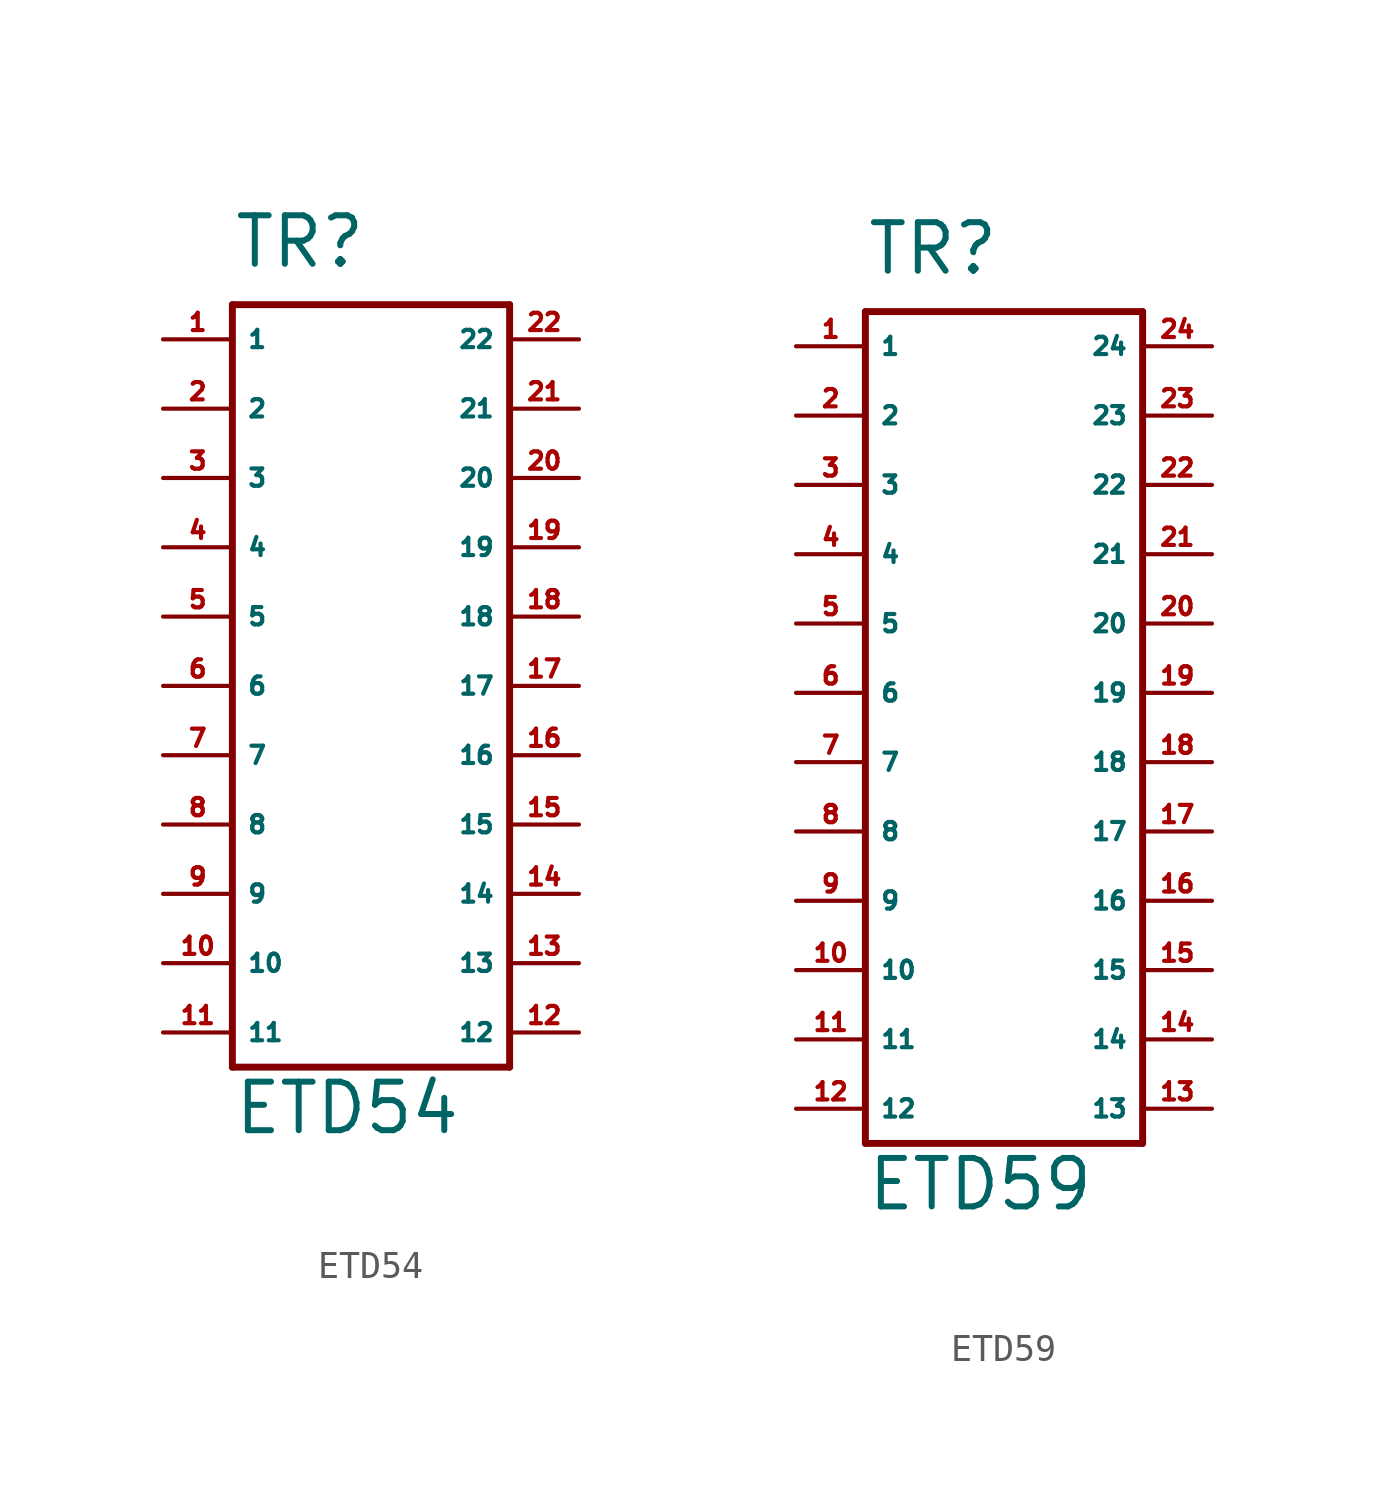
<source format=kicad_sym>
(kicad_symbol_lib
  (version 20220914)
  (generator Eagle2Kicad)
  (symbol "ETD54"
    (property "Reference" "TR"
      (at -5.08 15.24 0)
      (effects (font (size 1.778 1.778) (thickness 0.22)) (justify left bottom)))
    (property "Value" "ETD54"
      (at -5.08 -16.51 0)
      (effects (font (size 1.778 1.778) (thickness 0.22)) (justify left bottom)))
    (polyline
      (pts (xy -5.08 13.97) (xy 5.08 13.97))
      (stroke (width 0.254) (type default))
      (fill (type none)))
    (polyline
      (pts (xy 5.08 13.97) (xy 5.08 -13.97))
      (stroke (width 0.254) (type default))
      (fill (type none)))
    (polyline
      (pts (xy 5.08 -13.97) (xy -5.08 -13.97))
      (stroke (width 0.254) (type default))
      (fill (type none)))
    (polyline
      (pts (xy -5.08 -13.97) (xy -5.08 13.97))
      (stroke (width 0.254) (type default))
      (fill (type none)))
    (pin passive line
      (at -7.62 12.7 0)
      (length 2.54)
      (name "1" (effects (font (size 0.635 0.635) (thickness 0.08)) (justify left bottom)))
      (number "1" (effects (font (size 0.635 0.635) (thickness 0.08)) (justify left bottom))))
    (pin passive line
      (at -7.62 10.16 0)
      (length 2.54)
      (name "2" (effects (font (size 0.635 0.635) (thickness 0.08)) (justify left bottom)))
      (number "2" (effects (font (size 0.635 0.635) (thickness 0.08)) (justify left bottom))))
    (pin passive line
      (at -7.62 7.62 0)
      (length 2.54)
      (name "3" (effects (font (size 0.635 0.635) (thickness 0.08)) (justify left bottom)))
      (number "3" (effects (font (size 0.635 0.635) (thickness 0.08)) (justify left bottom))))
    (pin passive line
      (at -7.62 5.08 0)
      (length 2.54)
      (name "4" (effects (font (size 0.635 0.635) (thickness 0.08)) (justify left bottom)))
      (number "4" (effects (font (size 0.635 0.635) (thickness 0.08)) (justify left bottom))))
    (pin passive line
      (at -7.62 2.54 0)
      (length 2.54)
      (name "5" (effects (font (size 0.635 0.635) (thickness 0.08)) (justify left bottom)))
      (number "5" (effects (font (size 0.635 0.635) (thickness 0.08)) (justify left bottom))))
    (pin passive line
      (at -7.62 0 0)
      (length 2.54)
      (name "6" (effects (font (size 0.635 0.635) (thickness 0.08)) (justify left bottom)))
      (number "6" (effects (font (size 0.635 0.635) (thickness 0.08)) (justify left bottom))))
    (pin passive line
      (at -7.62 -2.54 0)
      (length 2.54)
      (name "7" (effects (font (size 0.635 0.635) (thickness 0.08)) (justify left bottom)))
      (number "7" (effects (font (size 0.635 0.635) (thickness 0.08)) (justify left bottom))))
    (pin passive line
      (at -7.62 -5.08 0)
      (length 2.54)
      (name "8" (effects (font (size 0.635 0.635) (thickness 0.08)) (justify left bottom)))
      (number "8" (effects (font (size 0.635 0.635) (thickness 0.08)) (justify left bottom))))
    (pin passive line
      (at -7.62 -7.62 0)
      (length 2.54)
      (name "9" (effects (font (size 0.635 0.635) (thickness 0.08)) (justify left bottom)))
      (number "9" (effects (font (size 0.635 0.635) (thickness 0.08)) (justify left bottom))))
    (pin passive line
      (at -7.62 -10.16 0)
      (length 2.54)
      (name "10" (effects (font (size 0.635 0.635) (thickness 0.08)) (justify left bottom)))
      (number "10" (effects (font (size 0.635 0.635) (thickness 0.08)) (justify left bottom))))
    (pin passive line
      (at -7.62 -12.7 0)
      (length 2.54)
      (name "11" (effects (font (size 0.635 0.635) (thickness 0.08)) (justify left bottom)))
      (number "11" (effects (font (size 0.635 0.635) (thickness 0.08)) (justify left bottom))))
    (pin passive line
      (at 7.62 -12.7 180)
      (length 2.54)
      (name "12" (effects (font (size 0.635 0.635) (thickness 0.08)) (justify left bottom)))
      (number "12" (effects (font (size 0.635 0.635) (thickness 0.08)) (justify left bottom))))
    (pin passive line
      (at 7.62 -10.16 180)
      (length 2.54)
      (name "13" (effects (font (size 0.635 0.635) (thickness 0.08)) (justify left bottom)))
      (number "13" (effects (font (size 0.635 0.635) (thickness 0.08)) (justify left bottom))))
    (pin passive line
      (at 7.62 -7.62 180)
      (length 2.54)
      (name "14" (effects (font (size 0.635 0.635) (thickness 0.08)) (justify left bottom)))
      (number "14" (effects (font (size 0.635 0.635) (thickness 0.08)) (justify left bottom))))
    (pin passive line
      (at 7.62 -5.08 180)
      (length 2.54)
      (name "15" (effects (font (size 0.635 0.635) (thickness 0.08)) (justify left bottom)))
      (number "15" (effects (font (size 0.635 0.635) (thickness 0.08)) (justify left bottom))))
    (pin passive line
      (at 7.62 -2.54 180)
      (length 2.54)
      (name "16" (effects (font (size 0.635 0.635) (thickness 0.08)) (justify left bottom)))
      (number "16" (effects (font (size 0.635 0.635) (thickness 0.08)) (justify left bottom))))
    (pin passive line
      (at 7.62 0 180)
      (length 2.54)
      (name "17" (effects (font (size 0.635 0.635) (thickness 0.08)) (justify left bottom)))
      (number "17" (effects (font (size 0.635 0.635) (thickness 0.08)) (justify left bottom))))
    (pin passive line
      (at 7.62 2.54 180)
      (length 2.54)
      (name "18" (effects (font (size 0.635 0.635) (thickness 0.08)) (justify left bottom)))
      (number "18" (effects (font (size 0.635 0.635) (thickness 0.08)) (justify left bottom))))
    (pin passive line
      (at 7.62 5.08 180)
      (length 2.54)
      (name "19" (effects (font (size 0.635 0.635) (thickness 0.08)) (justify left bottom)))
      (number "19" (effects (font (size 0.635 0.635) (thickness 0.08)) (justify left bottom))))
    (pin passive line
      (at 7.62 7.62 180)
      (length 2.54)
      (name "20" (effects (font (size 0.635 0.635) (thickness 0.08)) (justify left bottom)))
      (number "20" (effects (font (size 0.635 0.635) (thickness 0.08)) (justify left bottom))))
    (pin passive line
      (at 7.62 10.16 180)
      (length 2.54)
      (name "21" (effects (font (size 0.635 0.635) (thickness 0.08)) (justify left bottom)))
      (number "21" (effects (font (size 0.635 0.635) (thickness 0.08)) (justify left bottom))))
    (pin passive line
      (at 7.62 12.7 180)
      (length 2.54)
      (name "22" (effects (font (size 0.635 0.635) (thickness 0.08)) (justify left bottom)))
      (number "22" (effects (font (size 0.635 0.635) (thickness 0.08)) (justify left bottom)))))
  (symbol "ETD59"
    (property "Reference" "TR"
      (at -5.08 15.24 0)
      (effects (font (size 1.778 1.778) (thickness 0.22)) (justify left bottom)))
    (property "Value" "ETD59"
      (at -5.08 -19.05 0)
      (effects (font (size 1.778 1.778) (thickness 0.22)) (justify left bottom)))
    (polyline
      (pts (xy -5.08 13.97) (xy 5.08 13.97))
      (stroke (width 0.254) (type default))
      (fill (type none)))
    (polyline
      (pts (xy 5.08 13.97) (xy 5.08 -16.51))
      (stroke (width 0.254) (type default))
      (fill (type none)))
    (polyline
      (pts (xy 5.08 -16.51) (xy -5.08 -16.51))
      (stroke (width 0.254) (type default))
      (fill (type none)))
    (polyline
      (pts (xy -5.08 -16.51) (xy -5.08 13.97))
      (stroke (width 0.254) (type default))
      (fill (type none)))
    (pin passive line
      (at -7.62 12.7 0)
      (length 2.54)
      (name "1" (effects (font (size 0.635 0.635) (thickness 0.08)) (justify left bottom)))
      (number "1" (effects (font (size 0.635 0.635) (thickness 0.08)) (justify left bottom))))
    (pin passive line
      (at -7.62 10.16 0)
      (length 2.54)
      (name "2" (effects (font (size 0.635 0.635) (thickness 0.08)) (justify left bottom)))
      (number "2" (effects (font (size 0.635 0.635) (thickness 0.08)) (justify left bottom))))
    (pin passive line
      (at -7.62 7.62 0)
      (length 2.54)
      (name "3" (effects (font (size 0.635 0.635) (thickness 0.08)) (justify left bottom)))
      (number "3" (effects (font (size 0.635 0.635) (thickness 0.08)) (justify left bottom))))
    (pin passive line
      (at -7.62 5.08 0)
      (length 2.54)
      (name "4" (effects (font (size 0.635 0.635) (thickness 0.08)) (justify left bottom)))
      (number "4" (effects (font (size 0.635 0.635) (thickness 0.08)) (justify left bottom))))
    (pin passive line
      (at -7.62 2.54 0)
      (length 2.54)
      (name "5" (effects (font (size 0.635 0.635) (thickness 0.08)) (justify left bottom)))
      (number "5" (effects (font (size 0.635 0.635) (thickness 0.08)) (justify left bottom))))
    (pin passive line
      (at -7.62 0 0)
      (length 2.54)
      (name "6" (effects (font (size 0.635 0.635) (thickness 0.08)) (justify left bottom)))
      (number "6" (effects (font (size 0.635 0.635) (thickness 0.08)) (justify left bottom))))
    (pin passive line
      (at -7.62 -2.54 0)
      (length 2.54)
      (name "7" (effects (font (size 0.635 0.635) (thickness 0.08)) (justify left bottom)))
      (number "7" (effects (font (size 0.635 0.635) (thickness 0.08)) (justify left bottom))))
    (pin passive line
      (at -7.62 -5.08 0)
      (length 2.54)
      (name "8" (effects (font (size 0.635 0.635) (thickness 0.08)) (justify left bottom)))
      (number "8" (effects (font (size 0.635 0.635) (thickness 0.08)) (justify left bottom))))
    (pin passive line
      (at -7.62 -7.62 0)
      (length 2.54)
      (name "9" (effects (font (size 0.635 0.635) (thickness 0.08)) (justify left bottom)))
      (number "9" (effects (font (size 0.635 0.635) (thickness 0.08)) (justify left bottom))))
    (pin passive line
      (at -7.62 -10.16 0)
      (length 2.54)
      (name "10" (effects (font (size 0.635 0.635) (thickness 0.08)) (justify left bottom)))
      (number "10" (effects (font (size 0.635 0.635) (thickness 0.08)) (justify left bottom))))
    (pin passive line
      (at -7.62 -12.7 0)
      (length 2.54)
      (name "11" (effects (font (size 0.635 0.635) (thickness 0.08)) (justify left bottom)))
      (number "11" (effects (font (size 0.635 0.635) (thickness 0.08)) (justify left bottom))))
    (pin passive line
      (at -7.62 -15.24 0)
      (length 2.54)
      (name "12" (effects (font (size 0.635 0.635) (thickness 0.08)) (justify left bottom)))
      (number "12" (effects (font (size 0.635 0.635) (thickness 0.08)) (justify left bottom))))
    (pin passive line
      (at 7.62 -15.24 180)
      (length 2.54)
      (name "13" (effects (font (size 0.635 0.635) (thickness 0.08)) (justify left bottom)))
      (number "13" (effects (font (size 0.635 0.635) (thickness 0.08)) (justify left bottom))))
    (pin passive line
      (at 7.62 -12.7 180)
      (length 2.54)
      (name "14" (effects (font (size 0.635 0.635) (thickness 0.08)) (justify left bottom)))
      (number "14" (effects (font (size 0.635 0.635) (thickness 0.08)) (justify left bottom))))
    (pin passive line
      (at 7.62 -10.16 180)
      (length 2.54)
      (name "15" (effects (font (size 0.635 0.635) (thickness 0.08)) (justify left bottom)))
      (number "15" (effects (font (size 0.635 0.635) (thickness 0.08)) (justify left bottom))))
    (pin passive line
      (at 7.62 -7.62 180)
      (length 2.54)
      (name "16" (effects (font (size 0.635 0.635) (thickness 0.08)) (justify left bottom)))
      (number "16" (effects (font (size 0.635 0.635) (thickness 0.08)) (justify left bottom))))
    (pin passive line
      (at 7.62 -5.08 180)
      (length 2.54)
      (name "17" (effects (font (size 0.635 0.635) (thickness 0.08)) (justify left bottom)))
      (number "17" (effects (font (size 0.635 0.635) (thickness 0.08)) (justify left bottom))))
    (pin passive line
      (at 7.62 -2.54 180)
      (length 2.54)
      (name "18" (effects (font (size 0.635 0.635) (thickness 0.08)) (justify left bottom)))
      (number "18" (effects (font (size 0.635 0.635) (thickness 0.08)) (justify left bottom))))
    (pin passive line
      (at 7.62 0 180)
      (length 2.54)
      (name "19" (effects (font (size 0.635 0.635) (thickness 0.08)) (justify left bottom)))
      (number "19" (effects (font (size 0.635 0.635) (thickness 0.08)) (justify left bottom))))
    (pin passive line
      (at 7.62 2.54 180)
      (length 2.54)
      (name "20" (effects (font (size 0.635 0.635) (thickness 0.08)) (justify left bottom)))
      (number "20" (effects (font (size 0.635 0.635) (thickness 0.08)) (justify left bottom))))
    (pin passive line
      (at 7.62 5.08 180)
      (length 2.54)
      (name "21" (effects (font (size 0.635 0.635) (thickness 0.08)) (justify left bottom)))
      (number "21" (effects (font (size 0.635 0.635) (thickness 0.08)) (justify left bottom))))
    (pin passive line
      (at 7.62 7.62 180)
      (length 2.54)
      (name "22" (effects (font (size 0.635 0.635) (thickness 0.08)) (justify left bottom)))
      (number "22" (effects (font (size 0.635 0.635) (thickness 0.08)) (justify left bottom))))
    (pin passive line
      (at 7.62 10.16 180)
      (length 2.54)
      (name "23" (effects (font (size 0.635 0.635) (thickness 0.08)) (justify left bottom)))
      (number "23" (effects (font (size 0.635 0.635) (thickness 0.08)) (justify left bottom))))
    (pin passive line
      (at 7.62 12.7 180)
      (length 2.54)
      (name "24" (effects (font (size 0.635 0.635) (thickness 0.08)) (justify left bottom)))
      (number "24" (effects (font (size 0.635 0.635) (thickness 0.08)) (justify left bottom))))))
</source>
